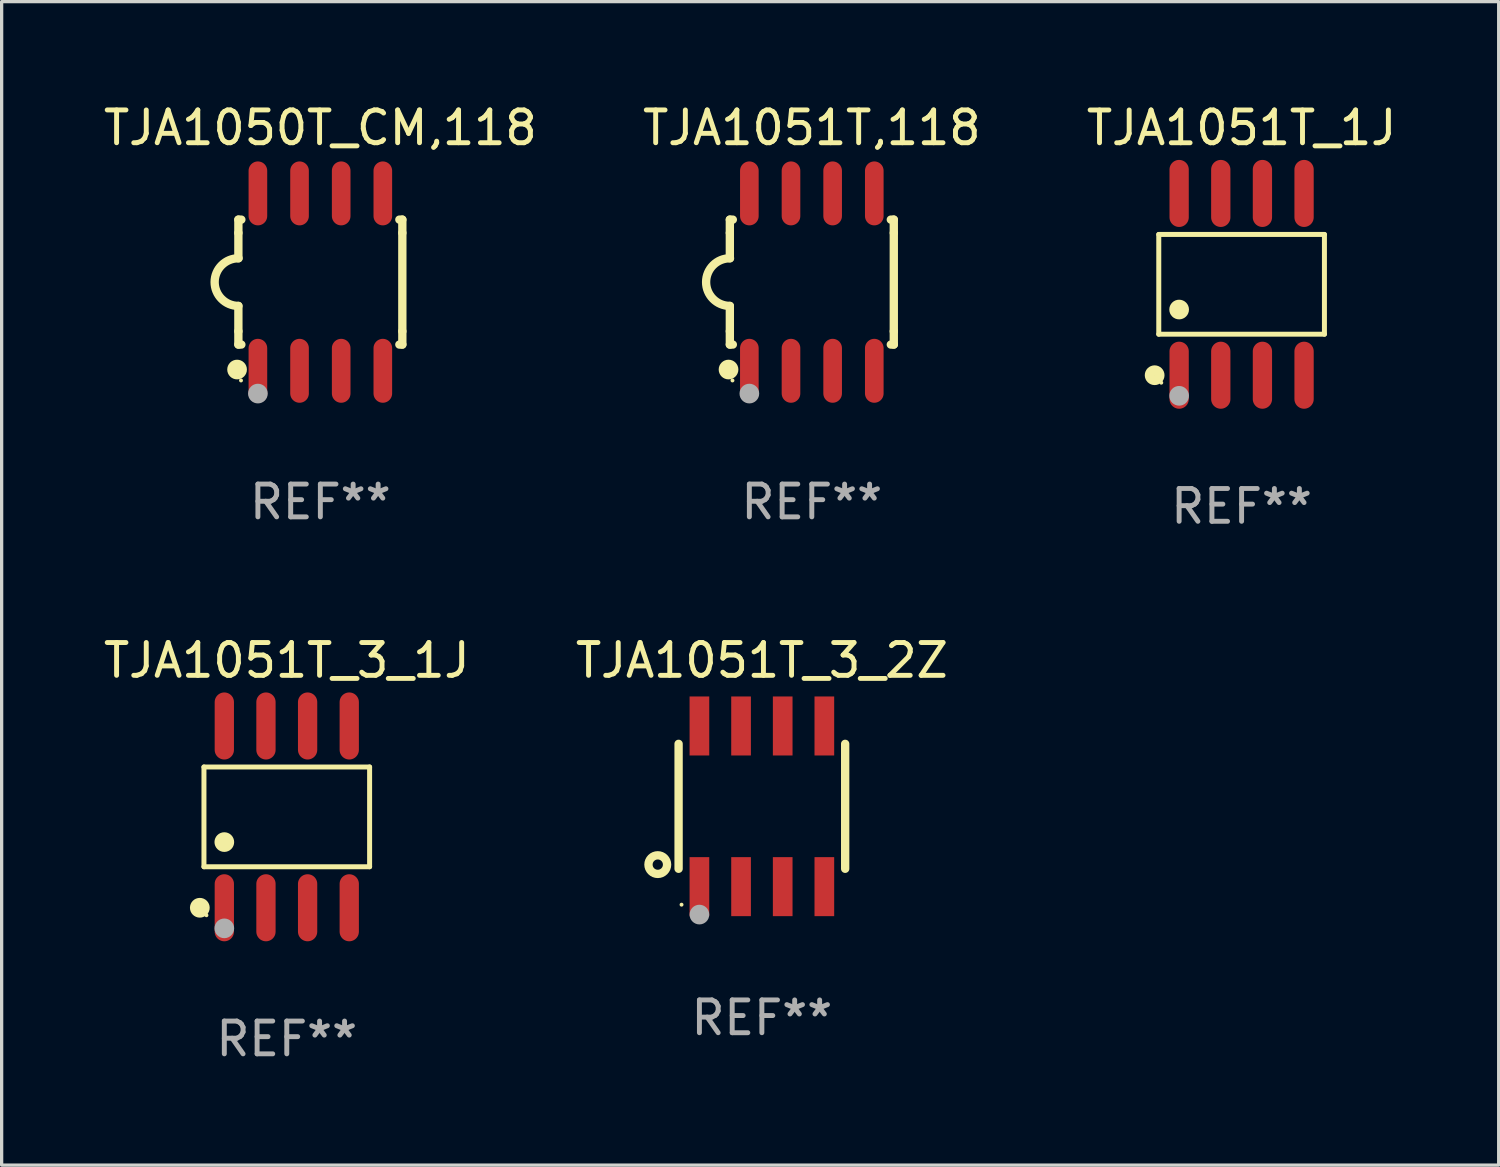
<source format=kicad_pcb>
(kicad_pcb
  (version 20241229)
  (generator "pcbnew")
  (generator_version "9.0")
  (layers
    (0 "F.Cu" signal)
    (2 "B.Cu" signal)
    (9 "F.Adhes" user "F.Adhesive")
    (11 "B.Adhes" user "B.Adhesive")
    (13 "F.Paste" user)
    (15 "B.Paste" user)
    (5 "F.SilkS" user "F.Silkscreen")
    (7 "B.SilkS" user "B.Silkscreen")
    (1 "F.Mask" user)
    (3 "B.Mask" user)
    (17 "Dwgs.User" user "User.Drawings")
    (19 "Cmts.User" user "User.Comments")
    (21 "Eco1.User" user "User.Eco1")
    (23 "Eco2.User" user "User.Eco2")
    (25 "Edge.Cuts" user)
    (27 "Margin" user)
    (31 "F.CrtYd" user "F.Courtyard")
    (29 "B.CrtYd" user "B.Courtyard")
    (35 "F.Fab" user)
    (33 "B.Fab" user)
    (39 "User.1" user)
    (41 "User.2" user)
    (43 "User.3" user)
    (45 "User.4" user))
  (footprint "TJA1051T_3_2Z"
    (layer "F.Cu")
    (at 20.185 21.54)
    (property "Reference" "TJA1051T_3_2Z" (at 0 -4.45 0) (layer "F.SilkS") (effects (font (size 1 1) (thickness 0.15))))
    (attr through_hole)
    (fp_line (start -2.54 -1.905) (end -2.54 1.905) (stroke (width 0.254) (type solid)) (layer "F.SilkS"))
    (fp_line (start 2.54 -1.905) (end 2.54 1.905) (stroke (width 0.254) (type solid)) (layer "F.SilkS"))
    (fp_circle (center -3.175 1.778) (end -2.891 1.778) (stroke (width 0.254) (type solid)) (fill no) (layer "F.SilkS"))
    (fp_circle (center -2.45 3) (end -2.42 3) (stroke (width 0.06) (type solid)) (fill no) (layer "F.SilkS"))
    (fp_circle (center -1.905 3.302) (end -1.755 3.302) (stroke (width 0.3) (type solid)) (fill no) (layer "F.Fab"))
    (fp_text user "REF**" (at 0 6.45 0) (layer "F.Fab") (effects (font (size 1 1) (thickness 0.15))))
    (pad "1" smd rect (at -1.905 2.45) (size 0.6 1.8) (layers "F.Cu" "F.Mask" "F.Paste"))
    (pad "2" smd rect (at -0.635 2.45) (size 0.6 1.8) (layers "F.Cu" "F.Mask" "F.Paste"))
    (pad "3" smd rect (at 0.635 2.45) (size 0.6 1.8) (layers "F.Cu" "F.Mask" "F.Paste"))
    (pad "4" smd rect (at 1.905 2.45) (size 0.6 1.8) (layers "F.Cu" "F.Mask" "F.Paste"))
    (pad "5" smd rect (at 1.905 -2.45 180) (size 0.6 1.8) (layers "F.Cu" "F.Mask" "F.Paste"))
    (pad "6" smd rect (at 0.635 -2.45 180) (size 0.6 1.8) (layers "F.Cu" "F.Mask" "F.Paste"))
    (pad "7" smd rect (at -0.635 -2.45 180) (size 0.6 1.8) (layers "F.Cu" "F.Mask" "F.Paste"))
    (pad "8" smd rect (at -1.905 -2.45 180) (size 0.6 1.8) (layers "F.Cu" "F.Mask" "F.Paste")))
  (footprint "TJA1051T,118"
    (layer "F.Cu")
    (at 21.708 5.553)
    (property "Reference" "TJA1051T,118" (at 0 -4.705 0) (layer "F.SilkS") (effects (font (size 1 1) (thickness 0.15))))
    (attr through_hole)
    (fp_line (start -2.5 -1.905) (end -2.409 -1.905) (stroke (width 0.254) (type solid)) (layer "F.SilkS"))
    (fp_line (start -2.5 -1.5) (end -2.5 -1.905) (stroke (width 0.254) (type solid)) (layer "F.SilkS"))
    (fp_line (start -2.5 -1.5) (end -2.5 -0.726) (stroke (width 0.254) (type solid)) (layer "F.SilkS"))
    (fp_line (start -2.5 1.5) (end -2.5 0.727) (stroke (width 0.254) (type solid)) (layer "F.SilkS"))
    (fp_line (start -2.5 1.5) (end -2.5 1.905) (stroke (width 0.254) (type solid)) (layer "F.SilkS"))
    (fp_line (start -2.5 1.905) (end -2.409 1.905) (stroke (width 0.254) (type solid)) (layer "F.SilkS"))
    (fp_line (start 2.5 -1.905) (end 2.409 -1.905) (stroke (width 0.254) (type solid)) (layer "F.SilkS"))
    (fp_line (start 2.5 -1.5) (end 2.5 -1.905) (stroke (width 0.254) (type solid)) (layer "F.SilkS"))
    (fp_line (start 2.5 -1.5) (end 2.5 1.5) (stroke (width 0.254) (type solid)) (layer "F.SilkS"))
    (fp_line (start 2.5 1.5) (end 2.5 1.905) (stroke (width 0.254) (type solid)) (layer "F.SilkS"))
    (fp_line (start 2.5 1.905) (end 2.409 1.905) (stroke (width 0.254) (type solid)) (layer "F.SilkS"))
    (fp_arc (start -2.5 0.726568) (mid -3.220316 -0.0023) (end -2.495097 -0.726289) (stroke (width 0.254001) (type solid)) (layer "F.SilkS"))
    (fp_circle (center -2.54 2.667) (end -2.39 2.667) (stroke (width 0.3) (type solid)) (fill no) (layer "F.SilkS"))
    (fp_circle (center -2.42 3) (end -2.39 3) (stroke (width 0.06) (type solid)) (fill no) (layer "F.SilkS"))
    (fp_circle (center -1.905 3.4) (end -1.755 3.4) (stroke (width 0.3) (type solid)) (fill no) (layer "F.Fab"))
    (fp_text user "REF**" (at 0 6.705 0) (layer "F.Fab") (effects (font (size 1 1) (thickness 0.15))))
    (pad "1" smd oval (at -1.905 2.705) (size 0.568 1.95) (layers "F.Cu" "F.Mask" "F.Paste"))
    (pad "2" smd oval (at -0.635 2.705) (size 0.568 1.95) (layers "F.Cu" "F.Mask" "F.Paste"))
    (pad "3" smd oval (at 0.635 2.705) (size 0.568 1.95) (layers "F.Cu" "F.Mask" "F.Paste"))
    (pad "4" smd oval (at 1.905 2.705) (size 0.568 1.95) (layers "F.Cu" "F.Mask" "F.Paste"))
    (pad "5" smd oval (at 1.905 -2.705) (size 0.568 1.95) (layers "F.Cu" "F.Mask" "F.Paste"))
    (pad "6" smd oval (at 0.635 -2.705) (size 0.568 1.95) (layers "F.Cu" "F.Mask" "F.Paste"))
    (pad "7" smd oval (at -0.635 -2.705) (size 0.568 1.95) (layers "F.Cu" "F.Mask" "F.Paste"))
    (pad "8" smd oval (at -1.905 -2.705) (size 0.568 1.95) (layers "F.Cu" "F.Mask" "F.Paste")))
  (footprint "TJA1051T_3_1J"
    (layer "F.Cu")
    (at 5.696 21.862)
    (property "Reference" "TJA1051T_3_1J" (at 0 -4.772 0) (layer "F.SilkS") (effects (font (size 1 1) (thickness 0.15))))
    (attr through_hole)
    (fp_line (start -2.526 -1.521) (end 2.526 -1.521) (stroke (width 0.152) (type solid)) (layer "F.SilkS"))
    (fp_line (start -2.526 1.521) (end -2.526 -1.521) (stroke (width 0.152) (type solid)) (layer "F.SilkS"))
    (fp_line (start 2.526 -1.521) (end 2.526 1.521) (stroke (width 0.152) (type solid)) (layer "F.SilkS"))
    (fp_line (start 2.526 1.521) (end -2.526 1.521) (stroke (width 0.152) (type solid)) (layer "F.SilkS"))
    (fp_circle (center -2.652 2.772) (end -2.501 2.772) (stroke (width 0.3) (type solid)) (fill no) (layer "F.SilkS"))
    (fp_circle (center -2.45 3) (end -2.42 3) (stroke (width 0.06) (type solid)) (fill no) (layer "F.SilkS"))
    (fp_circle (center -1.905 0.769) (end -1.755 0.769) (stroke (width 0.3) (type solid)) (fill no) (layer "F.SilkS"))
    (fp_circle (center -1.905 3.4) (end -1.755 3.4) (stroke (width 0.3) (type solid)) (fill no) (layer "F.Fab"))
    (fp_text user "REF**" (at 0 6.772 0) (layer "F.Fab") (effects (font (size 1 1) (thickness 0.15))))
    (pad "1" smd oval (at -1.905 2.772) (size 0.588 2.045) (layers "F.Cu" "F.Mask" "F.Paste"))
    (pad "2" smd oval (at -0.635 2.772) (size 0.588 2.045) (layers "F.Cu" "F.Mask" "F.Paste"))
    (pad "3" smd oval (at 0.635 2.772) (size 0.588 2.045) (layers "F.Cu" "F.Mask" "F.Paste"))
    (pad "4" smd oval (at 1.905 2.772) (size 0.588 2.045) (layers "F.Cu" "F.Mask" "F.Paste"))
    (pad "5" smd oval (at 1.905 -2.772) (size 0.588 2.045) (layers "F.Cu" "F.Mask" "F.Paste"))
    (pad "6" smd oval (at 0.635 -2.772) (size 0.588 2.045) (layers "F.Cu" "F.Mask" "F.Paste"))
    (pad "7" smd oval (at -0.635 -2.772) (size 0.588 2.045) (layers "F.Cu" "F.Mask" "F.Paste"))
    (pad "8" smd oval (at -1.905 -2.772) (size 0.588 2.045) (layers "F.Cu" "F.Mask" "F.Paste")))
  (footprint "TJA1050T_CM,118"
    (layer "F.Cu")
    (at 6.72 5.553)
    (property "Reference" "TJA1050T_CM,118" (at 0 -4.705 0) (layer "F.SilkS") (effects (font (size 1 1) (thickness 0.15))))
    (attr through_hole)
    (fp_line (start -2.5 -1.905) (end -2.409 -1.905) (stroke (width 0.254) (type solid)) (layer "F.SilkS"))
    (fp_line (start -2.5 -1.5) (end -2.5 -1.905) (stroke (width 0.254) (type solid)) (layer "F.SilkS"))
    (fp_line (start -2.5 -1.5) (end -2.5 -0.726) (stroke (width 0.254) (type solid)) (layer "F.SilkS"))
    (fp_line (start -2.5 1.5) (end -2.5 0.727) (stroke (width 0.254) (type solid)) (layer "F.SilkS"))
    (fp_line (start -2.5 1.5) (end -2.5 1.905) (stroke (width 0.254) (type solid)) (layer "F.SilkS"))
    (fp_line (start -2.5 1.905) (end -2.409 1.905) (stroke (width 0.254) (type solid)) (layer "F.SilkS"))
    (fp_line (start 2.5 -1.905) (end 2.409 -1.905) (stroke (width 0.254) (type solid)) (layer "F.SilkS"))
    (fp_line (start 2.5 -1.5) (end 2.5 -1.905) (stroke (width 0.254) (type solid)) (layer "F.SilkS"))
    (fp_line (start 2.5 -1.5) (end 2.5 1.5) (stroke (width 0.254) (type solid)) (layer "F.SilkS"))
    (fp_line (start 2.5 1.5) (end 2.5 1.905) (stroke (width 0.254) (type solid)) (layer "F.SilkS"))
    (fp_line (start 2.5 1.905) (end 2.409 1.905) (stroke (width 0.254) (type solid)) (layer "F.SilkS"))
    (fp_arc (start -2.5 0.726568) (mid -3.220316 -0.0023) (end -2.495097 -0.726289) (stroke (width 0.254001) (type solid)) (layer "F.SilkS"))
    (fp_circle (center -2.54 2.667) (end -2.39 2.667) (stroke (width 0.3) (type solid)) (fill no) (layer "F.SilkS"))
    (fp_circle (center -2.42 3) (end -2.39 3) (stroke (width 0.06) (type solid)) (fill no) (layer "F.SilkS"))
    (fp_circle (center -1.905 3.4) (end -1.755 3.4) (stroke (width 0.3) (type solid)) (fill no) (layer "F.Fab"))
    (fp_text user "REF**" (at 0 6.705 0) (layer "F.Fab") (effects (font (size 1 1) (thickness 0.15))))
    (pad "1" smd oval (at -1.905 2.705) (size 0.568 1.95) (layers "F.Cu" "F.Mask" "F.Paste"))
    (pad "2" smd oval (at -0.635 2.705) (size 0.568 1.95) (layers "F.Cu" "F.Mask" "F.Paste"))
    (pad "3" smd oval (at 0.635 2.705) (size 0.568 1.95) (layers "F.Cu" "F.Mask" "F.Paste"))
    (pad "4" smd oval (at 1.905 2.705) (size 0.568 1.95) (layers "F.Cu" "F.Mask" "F.Paste"))
    (pad "5" smd oval (at 1.905 -2.705) (size 0.568 1.95) (layers "F.Cu" "F.Mask" "F.Paste"))
    (pad "6" smd oval (at 0.635 -2.705) (size 0.568 1.95) (layers "F.Cu" "F.Mask" "F.Paste"))
    (pad "7" smd oval (at -0.635 -2.705) (size 0.568 1.95) (layers "F.Cu" "F.Mask" "F.Paste"))
    (pad "8" smd oval (at -1.905 -2.705) (size 0.568 1.95) (layers "F.Cu" "F.Mask" "F.Paste")))
  (footprint "TJA1051T_1J"
    (layer "F.Cu")
    (at 34.815 5.621)
    (property "Reference" "TJA1051T_1J" (at 0 -4.772 0) (layer "F.SilkS") (effects (font (size 1 1) (thickness 0.15))))
    (attr through_hole)
    (fp_line (start -2.526 -1.521) (end 2.526 -1.521) (stroke (width 0.152) (type solid)) (layer "F.SilkS"))
    (fp_line (start -2.526 1.521) (end -2.526 -1.521) (stroke (width 0.152) (type solid)) (layer "F.SilkS"))
    (fp_line (start 2.526 -1.521) (end 2.526 1.521) (stroke (width 0.152) (type solid)) (layer "F.SilkS"))
    (fp_line (start 2.526 1.521) (end -2.526 1.521) (stroke (width 0.152) (type solid)) (layer "F.SilkS"))
    (fp_circle (center -2.652 2.772) (end -2.501 2.772) (stroke (width 0.3) (type solid)) (fill no) (layer "F.SilkS"))
    (fp_circle (center -2.45 3) (end -2.42 3) (stroke (width 0.06) (type solid)) (fill no) (layer "F.SilkS"))
    (fp_circle (center -1.905 0.769) (end -1.755 0.769) (stroke (width 0.3) (type solid)) (fill no) (layer "F.SilkS"))
    (fp_circle (center -1.905 3.4) (end -1.755 3.4) (stroke (width 0.3) (type solid)) (fill no) (layer "F.Fab"))
    (fp_text user "REF**" (at 0 6.772 0) (layer "F.Fab") (effects (font (size 1 1) (thickness 0.15))))
    (pad "1" smd oval (at -1.905 2.772) (size 0.588 2.045) (layers "F.Cu" "F.Mask" "F.Paste"))
    (pad "2" smd oval (at -0.635 2.772) (size 0.588 2.045) (layers "F.Cu" "F.Mask" "F.Paste"))
    (pad "3" smd oval (at 0.635 2.772) (size 0.588 2.045) (layers "F.Cu" "F.Mask" "F.Paste"))
    (pad "4" smd oval (at 1.905 2.772) (size 0.588 2.045) (layers "F.Cu" "F.Mask" "F.Paste"))
    (pad "5" smd oval (at 1.905 -2.772) (size 0.588 2.045) (layers "F.Cu" "F.Mask" "F.Paste"))
    (pad "6" smd oval (at 0.635 -2.772) (size 0.588 2.045) (layers "F.Cu" "F.Mask" "F.Paste"))
    (pad "7" smd oval (at -0.635 -2.772) (size 0.588 2.045) (layers "F.Cu" "F.Mask" "F.Paste"))
    (pad "8" smd oval (at -1.905 -2.772) (size 0.588 2.045) (layers "F.Cu" "F.Mask" "F.Paste")))
  (gr_rect
    (start -3 -3)
    (end 42.655 32.483)
    (stroke (width 0.1) (type default))
    (fill no)
    (layer "Edge.Cuts")))
</source>
